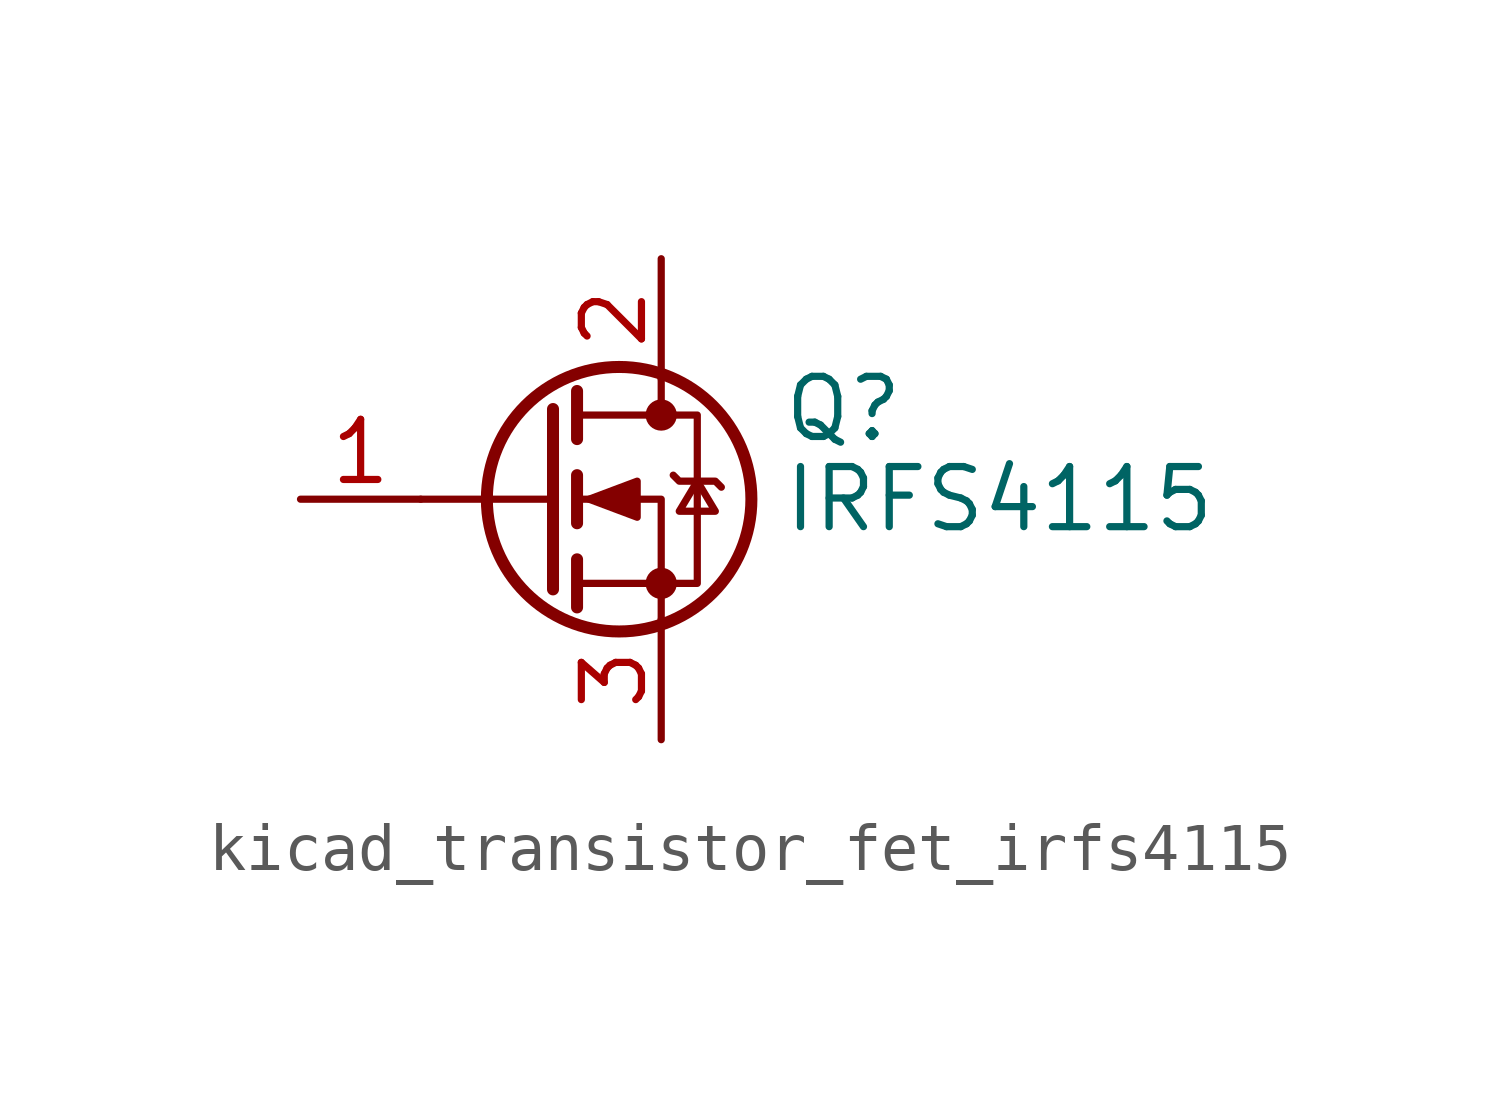
<source format=kicad_sym>
(kicad_symbol_lib
  (version 20220914)
  (generator kicad_symbol_editor)
  (symbol "kicad_transistor_fet_irfs4115"
    (pin_names hide)
    (property "Reference" "Q"
      (at 5.08 1.905 0)
      (effects (font (size 1.27 1.27)) (justify left)))
    (property "Value" "IRFS4115"
      (at 5.08 0 0)
      (effects (font (size 1.27 1.27)) (justify left)))
    (symbol "kicad_transistor_fet_irfs4115_0_1"
      (polyline (pts (xy 0.254 0) (xy -2.54 0)) (stroke (width 0) (type default)) (fill (type none)))
      (polyline (pts (xy 0.254 1.905) (xy 0.254 -1.905)) (stroke (width 0.254) (type default)) (fill (type none)))
      (polyline (pts (xy 0.762 -1.27) (xy 0.762 -2.286)) (stroke (width 0.254) (type default)) (fill (type none)))
      (polyline (pts (xy 0.762 0.508) (xy 0.762 -0.508)) (stroke (width 0.254) (type default)) (fill (type none)))
      (polyline (pts (xy 0.762 2.286) (xy 0.762 1.27)) (stroke (width 0.254) (type default)) (fill (type none)))
      (polyline (pts (xy 2.54 2.54) (xy 2.54 1.778)) (stroke (width 0) (type default)) (fill (type none)))
      (polyline (pts (xy 2.54 -2.54) (xy 2.54 0) (xy 0.762 0)) (stroke (width 0) (type default)) (fill (type none)))
      (polyline (pts (xy 0.762 -1.778) (xy 3.302 -1.778) (xy 3.302 1.778) (xy 0.762 1.778)) (stroke (width 0) (type default)) (fill (type none)))
      (polyline (pts (xy 1.016 0) (xy 2.032 0.381) (xy 2.032 -0.381) (xy 1.016 0)) (stroke (width 0) (type default)) (fill (type outline)))
      (polyline (pts (xy 2.794 0.508) (xy 2.921 0.381) (xy 3.683 0.381) (xy 3.81 0.254)) (stroke (width 0) (type default)) (fill (type none)))
      (polyline (pts (xy 3.302 0.381) (xy 2.921 -0.254) (xy 3.683 -0.254) (xy 3.302 0.381)) (stroke (width 0) (type default)) (fill (type none)))
      (circle (center 1.651 0) (radius 2.794) (stroke (width 0.254) (type default)) (fill (type none)))
      (circle (center 2.54 -1.778) (radius 0.254) (stroke (width 0) (type default)) (fill (type outline)))
      (circle (center 2.54 1.778) (radius 0.254) (stroke (width 0) (type default)) (fill (type outline))))
    (symbol "kicad_transistor_fet_irfs4115_1_1"
      (pin passive line (at -5.08 0 0) (length 2.54) (name "G" (effects (font (size 1.27 1.27)))) (number "1" (effects (font (size 1.27 1.27)))))
      (pin passive line (at 2.54 5.08 270) (length 2.54) (name "D" (effects (font (size 1.27 1.27)))) (number "2" (effects (font (size 1.27 1.27)))))
      (pin passive line (at 2.54 -5.08 90) (length 2.54) (name "S" (effects (font (size 1.27 1.27)))) (number "3" (effects (font (size 1.27 1.27))))))))
</source>
